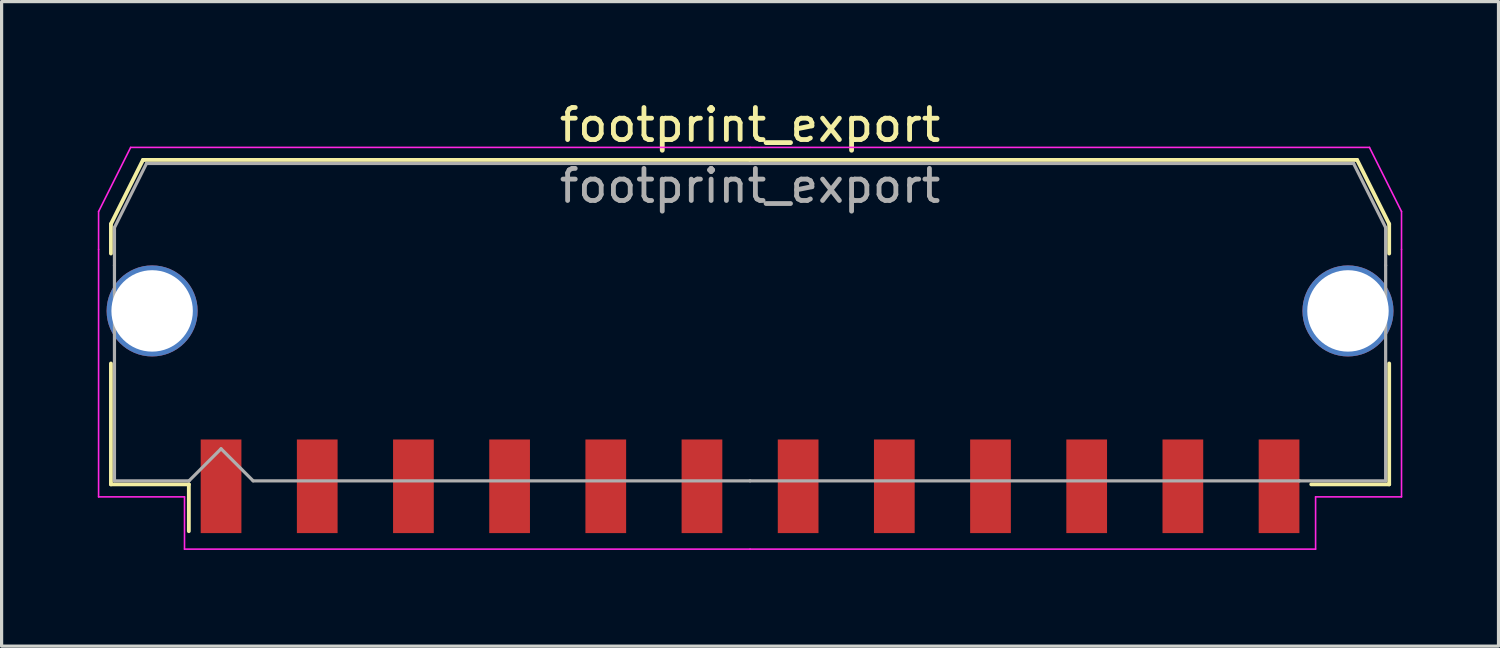
<source format=kicad_pcb>
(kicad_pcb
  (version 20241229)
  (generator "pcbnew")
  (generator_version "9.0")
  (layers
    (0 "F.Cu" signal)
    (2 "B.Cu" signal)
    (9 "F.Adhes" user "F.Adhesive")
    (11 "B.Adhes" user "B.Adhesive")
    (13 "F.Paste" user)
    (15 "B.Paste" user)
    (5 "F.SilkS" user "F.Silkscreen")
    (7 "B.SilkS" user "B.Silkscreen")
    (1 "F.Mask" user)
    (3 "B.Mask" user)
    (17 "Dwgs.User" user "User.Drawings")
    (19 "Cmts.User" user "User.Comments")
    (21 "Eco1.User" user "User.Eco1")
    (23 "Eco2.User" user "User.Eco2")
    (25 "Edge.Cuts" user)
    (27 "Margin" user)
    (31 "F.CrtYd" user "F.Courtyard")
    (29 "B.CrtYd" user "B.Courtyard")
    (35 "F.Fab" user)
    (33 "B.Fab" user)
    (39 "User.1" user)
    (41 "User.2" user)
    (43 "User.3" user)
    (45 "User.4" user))
  (footprint "footprint_export"
    (layer "F.Cu")
    (at 20.345 6.998)
    (property "Reference" "footprint_export" (at 0 -6.15 0) (layer "F.SilkS") (effects (font (size 1 1) (thickness 0.15))))
    (attr smd)
    (fp_line (start -19.935 -3.06) (end -19.935 -2.14) (stroke (width 0.12) (type solid)) (layer "F.SilkS"))
    (fp_line (start -19.935 1.29) (end -19.935 5.06) (stroke (width 0.12) (type solid)) (layer "F.SilkS"))
    (fp_line (start -19.935 5.06) (end -17.505 5.06) (stroke (width 0.12) (type solid)) (layer "F.SilkS"))
    (fp_line (start -18.935 -5.06) (end -19.935 -3.06) (stroke (width 0.12) (type solid)) (layer "F.SilkS"))
    (fp_line (start -17.505 5.06) (end -17.505 6.52) (stroke (width 0.12) (type solid)) (layer "F.SilkS"))
    (fp_line (start 0 -5.06) (end -18.935 -5.06) (stroke (width 0.12) (type solid)) (layer "F.SilkS"))
    (fp_line (start 0 -5.06) (end 18.935 -5.06) (stroke (width 0.12) (type solid)) (layer "F.SilkS"))
    (fp_line (start 18.935 -5.06) (end 19.935 -3.06) (stroke (width 0.12) (type solid)) (layer "F.SilkS"))
    (fp_line (start 19.935 -3.06) (end 19.935 -2.14) (stroke (width 0.12) (type solid)) (layer "F.SilkS"))
    (fp_line (start 19.935 1.29) (end 19.935 5.06) (stroke (width 0.12) (type solid)) (layer "F.SilkS"))
    (fp_line (start 19.935 5.06) (end 17.505 5.06) (stroke (width 0.12) (type solid)) (layer "F.SilkS"))
    (fp_line (start -20.32 -3.45) (end -20.32 -2.27) (stroke (width 0.05) (type solid)) (layer "F.CrtYd"))
    (fp_line (start -20.32 -2.27) (end -20.32 5.45) (stroke (width 0.05) (type solid)) (layer "F.CrtYd"))
    (fp_line (start -20.32 5.45) (end -17.64 5.45) (stroke (width 0.05) (type solid)) (layer "F.CrtYd"))
    (fp_line (start -19.32 -5.45) (end -20.32 -3.45) (stroke (width 0.05) (type solid)) (layer "F.CrtYd"))
    (fp_line (start -17.64 5.45) (end -17.64 7.08) (stroke (width 0.05) (type solid)) (layer "F.CrtYd"))
    (fp_line (start -17.64 7.08) (end 0 7.08) (stroke (width 0.05) (type solid)) (layer "F.CrtYd"))
    (fp_line (start 0 -5.45) (end -19.32 -5.45) (stroke (width 0.05) (type solid)) (layer "F.CrtYd"))
    (fp_line (start 0 -5.45) (end 19.32 -5.45) (stroke (width 0.05) (type solid)) (layer "F.CrtYd"))
    (fp_line (start 17.64 5.45) (end 17.64 7.08) (stroke (width 0.05) (type solid)) (layer "F.CrtYd"))
    (fp_line (start 17.64 7.08) (end 0 7.08) (stroke (width 0.05) (type solid)) (layer "F.CrtYd"))
    (fp_line (start 19.32 -5.45) (end 20.32 -3.45) (stroke (width 0.05) (type solid)) (layer "F.CrtYd"))
    (fp_line (start 20.32 -3.45) (end 20.32 -2.27) (stroke (width 0.05) (type solid)) (layer "F.CrtYd"))
    (fp_line (start 20.32 -2.27) (end 20.32 5.45) (stroke (width 0.05) (type solid)) (layer "F.CrtYd"))
    (fp_line (start 20.32 5.45) (end 17.64 5.45) (stroke (width 0.05) (type solid)) (layer "F.CrtYd"))
    (fp_line (start -19.825 -2.95) (end -19.825 -1.77) (stroke (width 0.1) (type solid)) (layer "F.Fab"))
    (fp_line (start -19.825 -1.77) (end -19.825 4.95) (stroke (width 0.1) (type solid)) (layer "F.Fab"))
    (fp_line (start -19.825 4.95) (end -17.5 4.95) (stroke (width 0.1) (type solid)) (layer "F.Fab"))
    (fp_line (start -18.825 -4.95) (end -19.825 -2.95) (stroke (width 0.1) (type solid)) (layer "F.Fab"))
    (fp_line (start -17.5 4.95) (end -16.5 3.95) (stroke (width 0.1) (type solid)) (layer "F.Fab"))
    (fp_line (start -16.5 3.95) (end -15.5 4.95) (stroke (width 0.1) (type solid)) (layer "F.Fab"))
    (fp_line (start -15.5 4.95) (end 0 4.95) (stroke (width 0.1) (type solid)) (layer "F.Fab"))
    (fp_line (start 0 -4.95) (end -18.825 -4.95) (stroke (width 0.1) (type solid)) (layer "F.Fab"))
    (fp_line (start 0 -4.95) (end 18.825 -4.95) (stroke (width 0.1) (type solid)) (layer "F.Fab"))
    (fp_line (start 17.135 4.95) (end 0 4.95) (stroke (width 0.1) (type solid)) (layer "F.Fab"))
    (fp_line (start 18.825 -4.95) (end 19.825 -2.95) (stroke (width 0.1) (type solid)) (layer "F.Fab"))
    (fp_line (start 19.825 -2.95) (end 19.825 -1.77) (stroke (width 0.1) (type solid)) (layer "F.Fab"))
    (fp_line (start 19.825 -1.77) (end 19.825 4.95) (stroke (width 0.1) (type solid)) (layer "F.Fab"))
    (fp_line (start 19.825 4.95) (end 17.135 4.95) (stroke (width 0.1) (type solid)) (layer "F.Fab"))
    (fp_text user "${REFERENCE}" (at 0 -4.25 0) (layer "F.Fab") (effects (font (size 1 1) (thickness 0.15))))
    (pad "1" smd rect (at -16.5 5.12) (size 1.27 2.92) (layers "F.Cu" "F.Mask" "F.Paste"))
    (pad "2" smd rect (at -13.5 5.12) (size 1.27 2.92) (layers "F.Cu" "F.Mask" "F.Paste"))
    (pad "3" smd rect (at -10.5 5.12) (size 1.27 2.92) (layers "F.Cu" "F.Mask" "F.Paste"))
    (pad "4" smd rect (at -7.5 5.12) (size 1.27 2.92) (layers "F.Cu" "F.Mask" "F.Paste"))
    (pad "5" smd rect (at -4.5 5.12) (size 1.27 2.92) (layers "F.Cu" "F.Mask" "F.Paste"))
    (pad "6" smd rect (at -1.5 5.12) (size 1.27 2.92) (layers "F.Cu" "F.Mask" "F.Paste"))
    (pad "7" smd rect (at 1.5 5.12) (size 1.27 2.92) (layers "F.Cu" "F.Mask" "F.Paste"))
    (pad "8" smd rect (at 4.5 5.12) (size 1.27 2.92) (layers "F.Cu" "F.Mask" "F.Paste"))
    (pad "9" smd rect (at 7.5 5.12) (size 1.27 2.92) (layers "F.Cu" "F.Mask" "F.Paste"))
    (pad "10" smd rect (at 10.5 5.12) (size 1.27 2.92) (layers "F.Cu" "F.Mask" "F.Paste"))
    (pad "11" smd rect (at 13.5 5.12) (size 1.27 2.92) (layers "F.Cu" "F.Mask" "F.Paste"))
    (pad "12" smd rect (at 16.5 5.12) (size 1.27 2.92) (layers "F.Cu" "F.Mask" "F.Paste"))
    (pad "MP" thru_hole circle (at -18.65 -0.35) (size 2.84 2.84) (drill 2.54) (layers "*.Cu" "*.Mask"))
    (pad "MP" thru_hole circle (at 18.65 -0.35) (size 2.84 2.84) (drill 2.54) (layers "*.Cu" "*.Mask")))
  (gr_rect
    (start -3 -3)
    (end 43.69 17.103)
    (stroke (width 0.1) (type default))
    (fill no)
    (layer "Edge.Cuts")))
</source>
